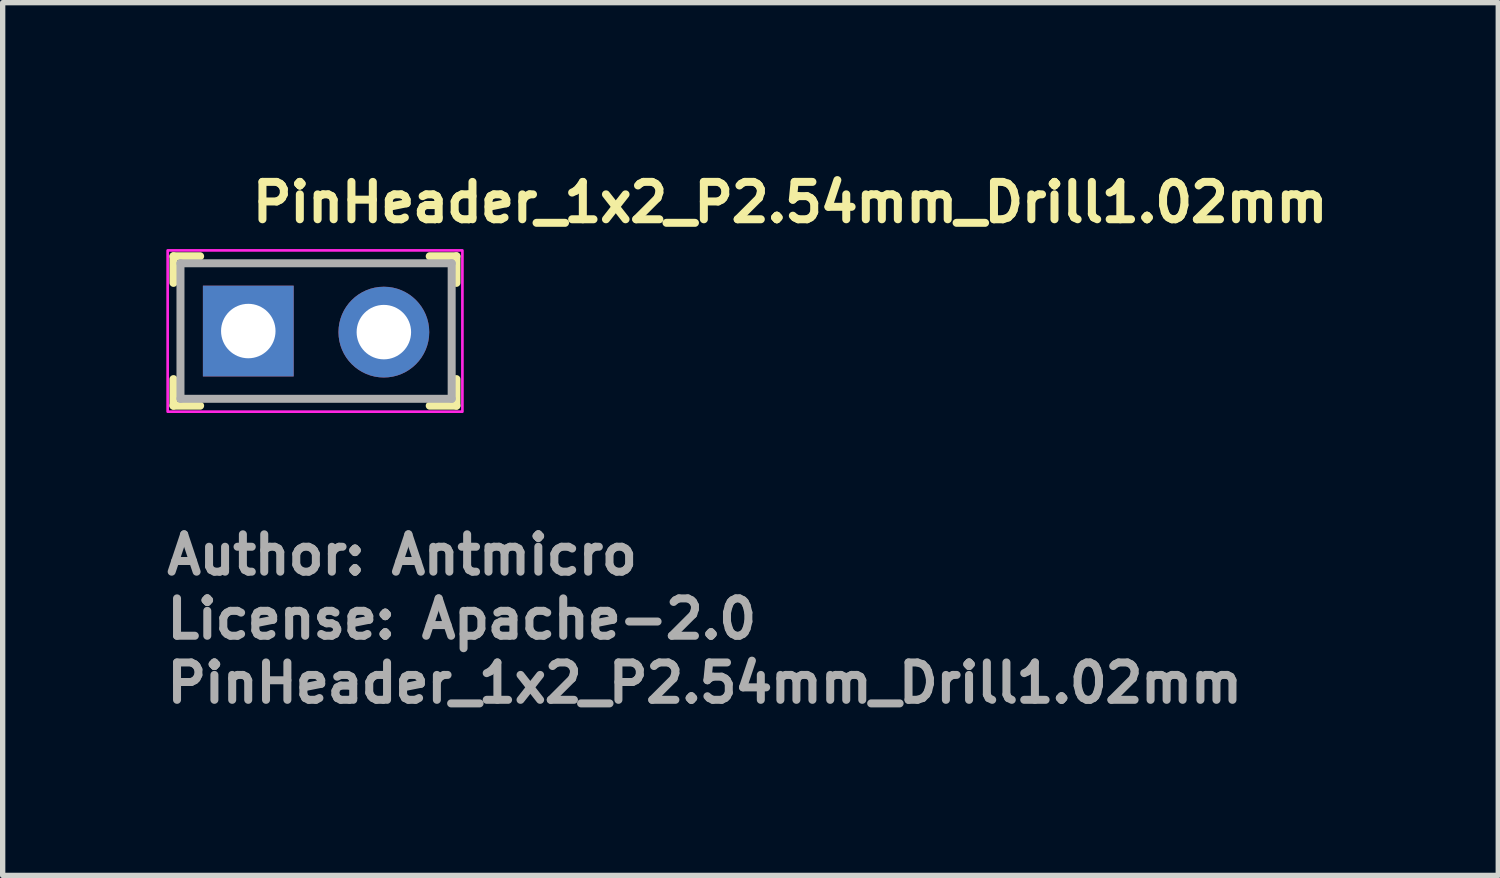
<source format=kicad_pcb>
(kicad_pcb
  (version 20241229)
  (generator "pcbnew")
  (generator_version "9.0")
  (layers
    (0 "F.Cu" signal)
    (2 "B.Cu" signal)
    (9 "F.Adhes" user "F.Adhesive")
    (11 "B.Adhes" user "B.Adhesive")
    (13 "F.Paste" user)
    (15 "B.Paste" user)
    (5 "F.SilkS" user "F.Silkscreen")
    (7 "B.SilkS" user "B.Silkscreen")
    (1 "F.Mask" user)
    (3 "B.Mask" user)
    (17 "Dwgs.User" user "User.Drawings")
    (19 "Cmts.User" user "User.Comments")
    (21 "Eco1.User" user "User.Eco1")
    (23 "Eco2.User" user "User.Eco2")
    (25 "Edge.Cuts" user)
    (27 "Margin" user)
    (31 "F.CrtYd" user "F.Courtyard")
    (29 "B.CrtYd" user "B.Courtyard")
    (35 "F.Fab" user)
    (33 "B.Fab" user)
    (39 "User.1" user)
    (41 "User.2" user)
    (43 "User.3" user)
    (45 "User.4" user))
  (footprint "PinHeader_1x2_P2.54mm_Drill1.02mm"
    (layer "F.Cu")
    (at 1.6 3.15)
    (property "Reference" "PinHeader_1x2_P2.54mm_Drill1.02mm" (at 0 -2 0) (layer "F.SilkS") (effects (font (size 0.7 0.7) (thickness 0.15)) (justify left bottom)))
    (attr through_hole)
    (fp_line (start -1.401 -1.401) (end -1.401 -0.902) (stroke (width 0.15) (type solid)) (layer "F.SilkS"))
    (fp_line (start -1.401 -1.401) (end -0.902 -1.401) (stroke (width 0.15) (type solid)) (layer "F.SilkS"))
    (fp_line (start -1.401 1.398) (end -1.401 0.9) (stroke (width 0.15) (type solid)) (layer "F.SilkS"))
    (fp_line (start -1.401 1.398) (end -0.902 1.398) (stroke (width 0.15) (type solid)) (layer "F.SilkS"))
    (fp_line (start 3.898 -1.401) (end 3.398 -1.401) (stroke (width 0.15) (type solid)) (layer "F.SilkS"))
    (fp_line (start 3.898 -1.401) (end 3.898 -0.902) (stroke (width 0.15) (type solid)) (layer "F.SilkS"))
    (fp_line (start 3.898 1.398) (end 3.398 1.398) (stroke (width 0.15) (type solid)) (layer "F.SilkS"))
    (fp_line (start 3.898 1.398) (end 3.898 0.9) (stroke (width 0.15) (type solid)) (layer "F.SilkS"))
    (fp_rect (start -1.51 -1.51) (end 4.01 1.51) (stroke (width 0.05) (type solid)) (fill no) (layer "F.CrtYd"))
    (fp_line (start -1.27 -1.27) (end 3.809 -1.27) (stroke (width 0.15) (type solid)) (layer "F.Fab"))
    (fp_line (start -1.27 1.269) (end -1.27 -1.27) (stroke (width 0.15) (type solid)) (layer "F.Fab"))
    (fp_line (start -1.27 1.269) (end 3.809 1.269) (stroke (width 0.15) (type solid)) (layer "F.Fab"))
    (fp_line (start 3.809 1.269) (end 3.809 -1.27) (stroke (width 0.15) (type solid)) (layer "F.Fab"))
    (fp_rect (start -1.27 -1.27) (end 3.809 1.269) (stroke (width 0.1) (type solid)) (fill no) (layer "User.5"))
    (fp_line (start -1.27 0.77) (end -1.27 -0.772) (stroke (width 0.02) (type solid)) (layer "User.9"))
    (fp_line (start -1.27 0.77) (end -1.02 1.269) (stroke (width 0.02) (type solid)) (layer "User.9"))
    (fp_line (start -1.02 -1.27) (end -1.27 -0.772) (stroke (width 0.02) (type solid)) (layer "User.9"))
    (fp_line (start -0.32 -0.32) (end -0.12 -0.12) (stroke (width 0.02) (type solid)) (layer "User.9"))
    (fp_line (start -0.32 -0.32) (end 0.32 -0.32) (stroke (width 0.02) (type solid)) (layer "User.9"))
    (fp_line (start -0.32 0.32) (end -0.32 -0.32) (stroke (width 0.02) (type solid)) (layer "User.9"))
    (fp_line (start -0.12 -0.12) (end -0.12 0.119) (stroke (width 0.02) (type solid)) (layer "User.9"))
    (fp_line (start -0.12 0.119) (end -0.32 0.32) (stroke (width 0.02) (type solid)) (layer "User.9"))
    (fp_line (start -0.12 0.119) (end 0.119 0.119) (stroke (width 0.02) (type solid)) (layer "User.9"))
    (fp_line (start 0.119 -0.12) (end -0.12 -0.12) (stroke (width 0.02) (type solid)) (layer "User.9"))
    (fp_line (start 0.119 -0.12) (end 0.32 -0.32) (stroke (width 0.02) (type solid)) (layer "User.9"))
    (fp_line (start 0.119 0.119) (end 0.119 -0.12) (stroke (width 0.02) (type solid)) (layer "User.9"))
    (fp_line (start 0.119 0.119) (end 0.32 0.32) (stroke (width 0.02) (type solid)) (layer "User.9"))
    (fp_line (start 0.32 -0.32) (end 0.32 0.32) (stroke (width 0.02) (type solid)) (layer "User.9"))
    (fp_line (start 0.32 0.32) (end -0.32 0.32) (stroke (width 0.02) (type solid)) (layer "User.9"))
    (fp_line (start 1.019 -1.27) (end -1.02 -1.27) (stroke (width 0.02) (type solid)) (layer "User.9"))
    (fp_line (start 1.019 1.269) (end -1.02 1.269) (stroke (width 0.02) (type solid)) (layer "User.9"))
    (fp_line (start 1.019 1.269) (end 1.269 0.77) (stroke (width 0.02) (type solid)) (layer "User.9"))
    (fp_line (start 1.269 -0.772) (end 1.019 -1.27) (stroke (width 0.02) (type solid)) (layer "User.9"))
    (fp_line (start 1.269 0.77) (end 1.519 1.269) (stroke (width 0.02) (type solid)) (layer "User.9"))
    (fp_line (start 1.519 -1.27) (end 1.269 -0.772) (stroke (width 0.02) (type solid)) (layer "User.9"))
    (fp_line (start 2.22 -0.32) (end 2.418 -0.12) (stroke (width 0.02) (type solid)) (layer "User.9"))
    (fp_line (start 2.22 -0.32) (end 2.858 -0.32) (stroke (width 0.02) (type solid)) (layer "User.9"))
    (fp_line (start 2.22 0.32) (end 2.22 -0.32) (stroke (width 0.02) (type solid)) (layer "User.9"))
    (fp_line (start 2.418 -0.12) (end 2.418 0.119) (stroke (width 0.02) (type solid)) (layer "User.9"))
    (fp_line (start 2.418 0.119) (end 2.22 0.32) (stroke (width 0.02) (type solid)) (layer "User.9"))
    (fp_line (start 2.418 0.119) (end 2.66 0.119) (stroke (width 0.02) (type solid)) (layer "User.9"))
    (fp_line (start 2.66 -0.12) (end 2.418 -0.12) (stroke (width 0.02) (type solid)) (layer "User.9"))
    (fp_line (start 2.66 -0.12) (end 2.858 -0.32) (stroke (width 0.02) (type solid)) (layer "User.9"))
    (fp_line (start 2.66 0.119) (end 2.66 -0.12) (stroke (width 0.02) (type solid)) (layer "User.9"))
    (fp_line (start 2.66 0.119) (end 2.858 0.32) (stroke (width 0.02) (type solid)) (layer "User.9"))
    (fp_line (start 2.858 -0.32) (end 2.858 0.32) (stroke (width 0.02) (type solid)) (layer "User.9"))
    (fp_line (start 2.858 0.32) (end 2.22 0.32) (stroke (width 0.02) (type solid)) (layer "User.9"))
    (fp_line (start 3.559 -1.27) (end 1.519 -1.27) (stroke (width 0.02) (type solid)) (layer "User.9"))
    (fp_line (start 3.559 1.269) (end 1.519 1.269) (stroke (width 0.02) (type solid)) (layer "User.9"))
    (fp_line (start 3.559 1.269) (end 3.809 0.77) (stroke (width 0.02) (type solid)) (layer "User.9"))
    (fp_line (start 3.809 -0.772) (end 3.559 -1.27) (stroke (width 0.02) (type solid)) (layer "User.9"))
    (fp_line (start 3.809 0.77) (end 3.809 -0.772) (stroke (width 0.02) (type solid)) (layer "User.9"))
    (fp_text user "License: Apache-2.0" (at -1.6 5.8 0) (layer "F.Fab") (effects (font (size 0.7 0.7) (thickness 0.15)) (justify left bottom)))
    (fp_text user "Author: Antmicro" (at -1.6 4.6 0) (layer "F.Fab") (effects (font (size 0.7 0.7) (thickness 0.15)) (justify left bottom)))
    (fp_text user "${REFERENCE}" (at -1.6 7 0) (layer "F.Fab") (effects (font (size 0.7 0.7) (thickness 0.15)) (justify left bottom)))
    (pad "1" thru_hole rect (at 0 0) (size 1.7 1.7) (drill 1.02) (layers "*.Cu" "*.Mask"))
    (pad "2" thru_hole circle (at 2.539 0.02) (size 1.7 1.7) (drill 1.02) (layers "*.Cu" "*.Mask")))
  (gr_rect
    (start -3 -3)
    (end 25.01 13.345)
    (stroke (width 0.1) (type default))
    (fill no)
    (layer "Edge.Cuts")))
</source>
